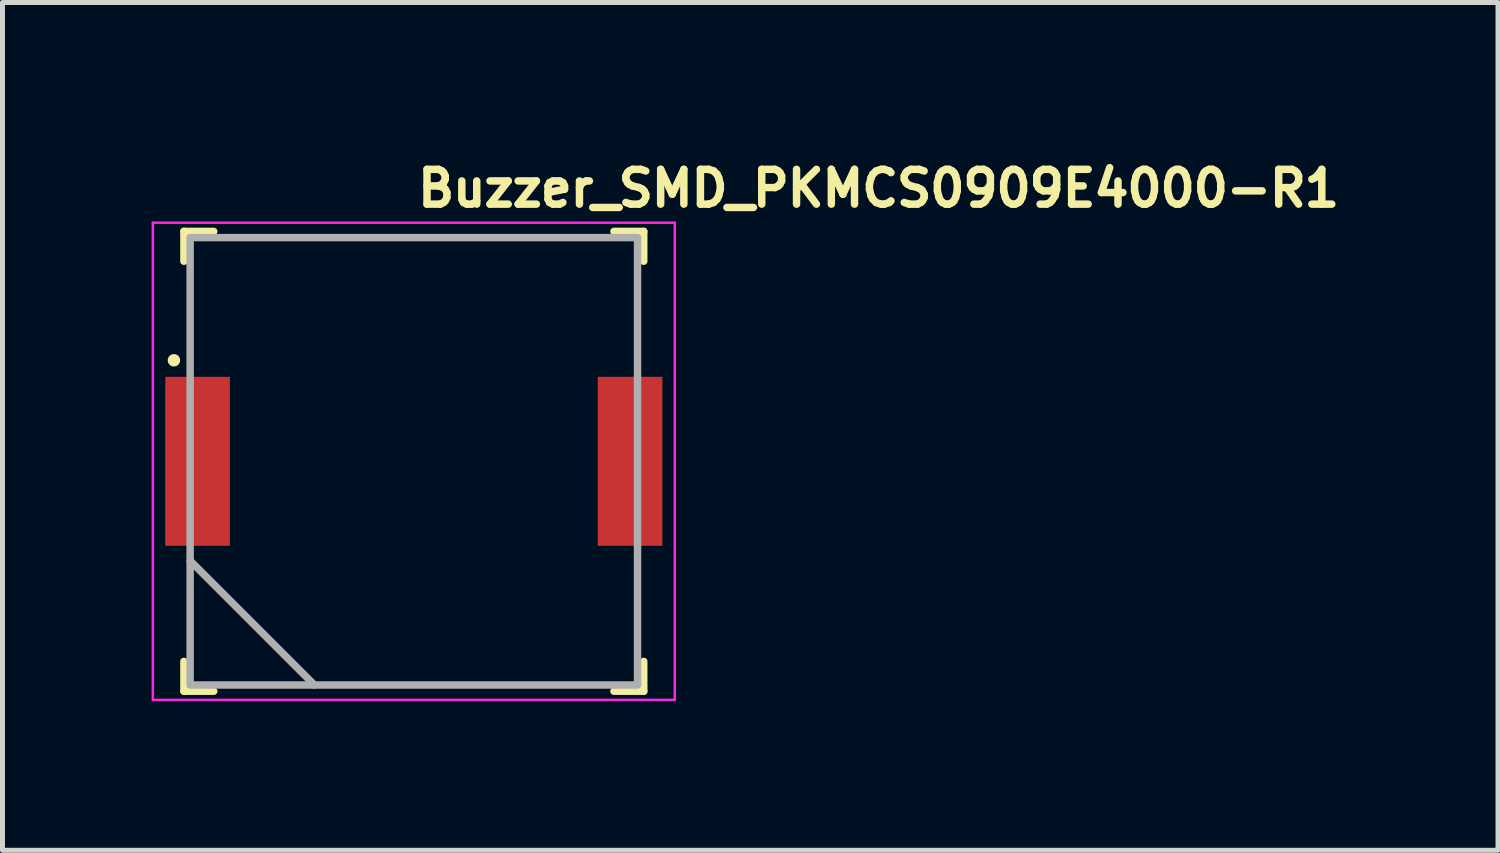
<source format=kicad_pcb>
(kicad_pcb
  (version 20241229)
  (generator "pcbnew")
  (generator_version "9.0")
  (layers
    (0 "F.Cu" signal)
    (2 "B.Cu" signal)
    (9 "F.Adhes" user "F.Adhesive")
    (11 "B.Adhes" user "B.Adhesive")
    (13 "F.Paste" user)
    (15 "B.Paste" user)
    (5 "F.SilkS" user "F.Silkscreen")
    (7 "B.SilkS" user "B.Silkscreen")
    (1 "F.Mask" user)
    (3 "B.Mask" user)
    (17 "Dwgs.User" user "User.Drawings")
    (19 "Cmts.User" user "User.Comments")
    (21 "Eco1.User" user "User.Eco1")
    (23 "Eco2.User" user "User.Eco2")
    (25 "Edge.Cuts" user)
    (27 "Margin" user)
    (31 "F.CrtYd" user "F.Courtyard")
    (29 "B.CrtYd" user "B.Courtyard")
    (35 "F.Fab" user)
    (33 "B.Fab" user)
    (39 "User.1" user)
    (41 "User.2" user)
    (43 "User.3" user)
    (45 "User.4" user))
  (footprint "Buzzer_SMD_PKMCS0909E4000-R1"
    (layer "F.Cu")
    (at 5.275 6.23)
    (property "Reference" "Buzzer_SMD_PKMCS0909E4000-R1" (at 0 -5.08 0) (layer "F.SilkS") (effects (font (size 0.7 0.7) (thickness 0.15)) (justify left bottom)))
    (attr smd)
    (fp_line (start -4.625 -4.625) (end -4.625 -4.025) (stroke (width 0.15) (type solid)) (layer "F.SilkS"))
    (fp_line (start -4.625 4.025) (end -4.625 4.625) (stroke (width 0.15) (type solid)) (layer "F.SilkS"))
    (fp_line (start -4.625 4.625) (end -4.025 4.625) (stroke (width 0.15) (type solid)) (layer "F.SilkS"))
    (fp_line (start -4.025 -4.625) (end -4.625 -4.625) (stroke (width 0.15) (type solid)) (layer "F.SilkS"))
    (fp_line (start 4.025 -4.625) (end 4.625 -4.625) (stroke (width 0.15) (type solid)) (layer "F.SilkS"))
    (fp_line (start 4.625 -4.625) (end 4.625 -4.025) (stroke (width 0.15) (type solid)) (layer "F.SilkS"))
    (fp_line (start 4.625 4.025) (end 4.625 4.625) (stroke (width 0.15) (type solid)) (layer "F.SilkS"))
    (fp_line (start 4.625 4.625) (end 4.025 4.625) (stroke (width 0.15) (type solid)) (layer "F.SilkS"))
    (fp_circle (center -4.826 -2.032) (end -4.776 -2.032) (stroke (width 0.15) (type solid)) (fill yes) (layer "F.SilkS"))
    (fp_line (start -5.25 -4.8) (end -5.25 4.8) (stroke (width 0.05) (type solid)) (layer "F.CrtYd"))
    (fp_line (start -5.25 -4.8) (end 5.25 -4.8) (stroke (width 0.05) (type solid)) (layer "F.CrtYd"))
    (fp_line (start 5.25 -4.8) (end 5.25 4.8) (stroke (width 0.05) (type solid)) (layer "F.CrtYd"))
    (fp_line (start 5.25 4.8) (end -5.25 4.8) (stroke (width 0.05) (type solid)) (layer "F.CrtYd"))
    (fp_line (start -2 4.5) (end -4.5 2) (stroke (width 0.15) (type solid)) (layer "F.Fab"))
    (fp_rect (start -4.5 -4.5) (end 4.5 4.5) (stroke (width 0.15) (type solid)) (fill no) (layer "F.Fab"))
    (fp_rect (start -4.5 -4.5) (end 4.5 4.5) (stroke (width 0.1) (type solid)) (fill no) (layer "User.5"))
    (fp_line (start -4.5 -4.5) (end -4.5 4.5) (stroke (width 0.02) (type solid)) (layer "User.9"))
    (fp_line (start -4.5 4.5) (end 4.5 4.5) (stroke (width 0.02) (type solid)) (layer "User.9"))
    (fp_line (start 3.25 -3.516) (end 3.25 -3.5) (stroke (width 0.02) (type solid)) (layer "User.9"))
    (fp_line (start 3.25 -3.5) (end 3.25 -3.483) (stroke (width 0.02) (type solid)) (layer "User.9"))
    (fp_line (start 3.25 -3.483) (end 3.252 -3.467) (stroke (width 0.02) (type solid)) (layer "User.9"))
    (fp_line (start 3.252 -3.532) (end 3.25 -3.516) (stroke (width 0.02) (type solid)) (layer "User.9"))
    (fp_line (start 3.252 -3.467) (end 3.254 -3.451) (stroke (width 0.02) (type solid)) (layer "User.9"))
    (fp_line (start 3.254 -3.548) (end 3.252 -3.532) (stroke (width 0.02) (type solid)) (layer "User.9"))
    (fp_line (start 3.254 -3.451) (end 3.258 -3.435) (stroke (width 0.02) (type solid)) (layer "User.9"))
    (fp_line (start 3.258 -3.564) (end 3.254 -3.548) (stroke (width 0.02) (type solid)) (layer "User.9"))
    (fp_line (start 3.258 -3.435) (end 3.263 -3.42) (stroke (width 0.02) (type solid)) (layer "User.9"))
    (fp_line (start 3.263 -3.579) (end 3.258 -3.564) (stroke (width 0.02) (type solid)) (layer "User.9"))
    (fp_line (start 3.263 -3.42) (end 3.268 -3.404) (stroke (width 0.02) (type solid)) (layer "User.9"))
    (fp_line (start 3.268 -3.595) (end 3.263 -3.579) (stroke (width 0.02) (type solid)) (layer "User.9"))
    (fp_line (start 3.268 -3.404) (end 3.275 -3.389) (stroke (width 0.02) (type solid)) (layer "User.9"))
    (fp_line (start 3.275 -3.61) (end 3.268 -3.595) (stroke (width 0.02) (type solid)) (layer "User.9"))
    (fp_line (start 3.275 -3.389) (end 3.283 -3.375) (stroke (width 0.02) (type solid)) (layer "User.9"))
    (fp_line (start 3.283 -3.625) (end 3.275 -3.61) (stroke (width 0.02) (type solid)) (layer "User.9"))
    (fp_line (start 3.283 -3.625) (end 3.283 -3.625) (stroke (width 0.02) (type solid)) (layer "User.9"))
    (fp_line (start 3.283 -3.375) (end 3.283 -3.375) (stroke (width 0.02) (type solid)) (layer "User.9"))
    (fp_line (start 3.283 -3.375) (end 3.287 -3.367) (stroke (width 0.02) (type solid)) (layer "User.9"))
    (fp_line (start 3.287 -3.367) (end 3.292 -3.36) (stroke (width 0.02) (type solid)) (layer "User.9"))
    (fp_line (start 3.292 -3.639) (end 3.283 -3.625) (stroke (width 0.02) (type solid)) (layer "User.9"))
    (fp_line (start 3.292 -3.36) (end 3.297 -3.354) (stroke (width 0.02) (type solid)) (layer "User.9"))
    (fp_line (start 3.297 -3.354) (end 3.301 -3.347) (stroke (width 0.02) (type solid)) (layer "User.9"))
    (fp_line (start 3.301 -3.652) (end 3.292 -3.639) (stroke (width 0.02) (type solid)) (layer "User.9"))
    (fp_line (start 3.301 -3.347) (end 3.307 -3.34) (stroke (width 0.02) (type solid)) (layer "User.9"))
    (fp_line (start 3.307 -3.34) (end 3.312 -3.334) (stroke (width 0.02) (type solid)) (layer "User.9"))
    (fp_line (start 3.312 -3.665) (end 3.301 -3.652) (stroke (width 0.02) (type solid)) (layer "User.9"))
    (fp_line (start 3.312 -3.334) (end 3.317 -3.328) (stroke (width 0.02) (type solid)) (layer "User.9"))
    (fp_line (start 3.317 -3.328) (end 3.323 -3.322) (stroke (width 0.02) (type solid)) (layer "User.9"))
    (fp_line (start 3.323 -3.677) (end 3.312 -3.665) (stroke (width 0.02) (type solid)) (layer "User.9"))
    (fp_line (start 3.323 -3.322) (end 3.329 -3.317) (stroke (width 0.02) (type solid)) (layer "User.9"))
    (fp_line (start 3.329 -3.317) (end 3.335 -3.311) (stroke (width 0.02) (type solid)) (layer "User.9"))
    (fp_line (start 3.335 -3.688) (end 3.323 -3.677) (stroke (width 0.02) (type solid)) (layer "User.9"))
    (fp_line (start 3.335 -3.311) (end 3.341 -3.306) (stroke (width 0.02) (type solid)) (layer "User.9"))
    (fp_line (start 3.341 -3.306) (end 3.348 -3.301) (stroke (width 0.02) (type solid)) (layer "User.9"))
    (fp_line (start 3.348 -3.698) (end 3.335 -3.688) (stroke (width 0.02) (type solid)) (layer "User.9"))
    (fp_line (start 3.348 -3.301) (end 3.354 -3.296) (stroke (width 0.02) (type solid)) (layer "User.9"))
    (fp_line (start 3.354 -3.296) (end 3.361 -3.292) (stroke (width 0.02) (type solid)) (layer "User.9"))
    (fp_line (start 3.361 -3.707) (end 3.348 -3.698) (stroke (width 0.02) (type solid)) (layer "User.9"))
    (fp_line (start 3.361 -3.292) (end 3.368 -3.287) (stroke (width 0.02) (type solid)) (layer "User.9"))
    (fp_line (start 3.368 -3.287) (end 3.375 -3.283) (stroke (width 0.02) (type solid)) (layer "User.9"))
    (fp_line (start 3.375 -3.716) (end 3.361 -3.707) (stroke (width 0.02) (type solid)) (layer "User.9"))
    (fp_line (start 3.375 -3.283) (end 3.382 -3.279) (stroke (width 0.02) (type solid)) (layer "User.9"))
    (fp_line (start 3.382 -3.279) (end 3.389 -3.275) (stroke (width 0.02) (type solid)) (layer "User.9"))
    (fp_line (start 3.389 -3.724) (end 3.375 -3.716) (stroke (width 0.02) (type solid)) (layer "User.9"))
    (fp_line (start 3.389 -3.275) (end 3.396 -3.272) (stroke (width 0.02) (type solid)) (layer "User.9"))
    (fp_line (start 3.396 -3.272) (end 3.404 -3.269) (stroke (width 0.02) (type solid)) (layer "User.9"))
    (fp_line (start 3.404 -3.73) (end 3.389 -3.724) (stroke (width 0.02) (type solid)) (layer "User.9"))
    (fp_line (start 3.404 -3.269) (end 3.411 -3.266) (stroke (width 0.02) (type solid)) (layer "User.9"))
    (fp_line (start 3.411 -3.266) (end 3.419 -3.263) (stroke (width 0.02) (type solid)) (layer "User.9"))
    (fp_line (start 3.419 -3.736) (end 3.404 -3.73) (stroke (width 0.02) (type solid)) (layer "User.9"))
    (fp_line (start 3.419 -3.263) (end 3.426 -3.26) (stroke (width 0.02) (type solid)) (layer "User.9"))
    (fp_line (start 3.426 -3.26) (end 3.434 -3.258) (stroke (width 0.02) (type solid)) (layer "User.9"))
    (fp_line (start 3.434 -3.741) (end 3.419 -3.736) (stroke (width 0.02) (type solid)) (layer "User.9"))
    (fp_line (start 3.434 -3.258) (end 3.442 -3.256) (stroke (width 0.02) (type solid)) (layer "User.9"))
    (fp_line (start 3.442 -3.256) (end 3.45 -3.254) (stroke (width 0.02) (type solid)) (layer "User.9"))
    (fp_line (start 3.45 -3.745) (end 3.434 -3.741) (stroke (width 0.02) (type solid)) (layer "User.9"))
    (fp_line (start 3.45 -3.254) (end 3.458 -3.253) (stroke (width 0.02) (type solid)) (layer "User.9"))
    (fp_line (start 3.458 -3.253) (end 3.466 -3.252) (stroke (width 0.02) (type solid)) (layer "User.9"))
    (fp_line (start 3.466 -3.747) (end 3.45 -3.745) (stroke (width 0.02) (type solid)) (layer "User.9"))
    (fp_line (start 3.466 -3.252) (end 3.475 -3.251) (stroke (width 0.02) (type solid)) (layer "User.9"))
    (fp_line (start 3.475 -3.251) (end 3.483 -3.25) (stroke (width 0.02) (type solid)) (layer "User.9"))
    (fp_line (start 3.483 -3.749) (end 3.466 -3.747) (stroke (width 0.02) (type solid)) (layer "User.9"))
    (fp_line (start 3.483 -3.25) (end 3.491 -3.25) (stroke (width 0.02) (type solid)) (layer "User.9"))
    (fp_line (start 3.491 -3.25) (end 3.5 -3.25) (stroke (width 0.02) (type solid)) (layer "User.9"))
    (fp_line (start 3.5 -3.75) (end 3.483 -3.749) (stroke (width 0.02) (type solid)) (layer "User.9"))
    (fp_line (start 3.5 -3.25) (end 3.516 -3.25) (stroke (width 0.02) (type solid)) (layer "User.9"))
    (fp_line (start 3.508 -3.749) (end 3.5 -3.75) (stroke (width 0.02) (type solid)) (layer "User.9"))
    (fp_line (start 3.516 -3.749) (end 3.508 -3.749) (stroke (width 0.02) (type solid)) (layer "User.9"))
    (fp_line (start 3.516 -3.25) (end 3.533 -3.252) (stroke (width 0.02) (type solid)) (layer "User.9"))
    (fp_line (start 3.524 -3.748) (end 3.516 -3.749) (stroke (width 0.02) (type solid)) (layer "User.9"))
    (fp_line (start 3.533 -3.747) (end 3.524 -3.748) (stroke (width 0.02) (type solid)) (layer "User.9"))
    (fp_line (start 3.533 -3.252) (end 3.549 -3.254) (stroke (width 0.02) (type solid)) (layer "User.9"))
    (fp_line (start 3.541 -3.746) (end 3.533 -3.747) (stroke (width 0.02) (type solid)) (layer "User.9"))
    (fp_line (start 3.549 -3.745) (end 3.541 -3.746) (stroke (width 0.02) (type solid)) (layer "User.9"))
    (fp_line (start 3.549 -3.254) (end 3.565 -3.258) (stroke (width 0.02) (type solid)) (layer "User.9"))
    (fp_line (start 3.557 -3.743) (end 3.549 -3.745) (stroke (width 0.02) (type solid)) (layer "User.9"))
    (fp_line (start 3.565 -3.741) (end 3.557 -3.743) (stroke (width 0.02) (type solid)) (layer "User.9"))
    (fp_line (start 3.565 -3.258) (end 3.58 -3.263) (stroke (width 0.02) (type solid)) (layer "User.9"))
    (fp_line (start 3.573 -3.739) (end 3.565 -3.741) (stroke (width 0.02) (type solid)) (layer "User.9"))
    (fp_line (start 3.58 -3.736) (end 3.573 -3.739) (stroke (width 0.02) (type solid)) (layer "User.9"))
    (fp_line (start 3.58 -3.263) (end 3.595 -3.269) (stroke (width 0.02) (type solid)) (layer "User.9"))
    (fp_line (start 3.588 -3.733) (end 3.58 -3.736) (stroke (width 0.02) (type solid)) (layer "User.9"))
    (fp_line (start 3.595 -3.73) (end 3.588 -3.733) (stroke (width 0.02) (type solid)) (layer "User.9"))
    (fp_line (start 3.595 -3.269) (end 3.61 -3.275) (stroke (width 0.02) (type solid)) (layer "User.9"))
    (fp_line (start 3.603 -3.727) (end 3.595 -3.73) (stroke (width 0.02) (type solid)) (layer "User.9"))
    (fp_line (start 3.61 -3.724) (end 3.603 -3.727) (stroke (width 0.02) (type solid)) (layer "User.9"))
    (fp_line (start 3.61 -3.275) (end 3.625 -3.283) (stroke (width 0.02) (type solid)) (layer "User.9"))
    (fp_line (start 3.617 -3.72) (end 3.61 -3.724) (stroke (width 0.02) (type solid)) (layer "User.9"))
    (fp_line (start 3.625 -3.716) (end 3.617 -3.72) (stroke (width 0.02) (type solid)) (layer "User.9"))
    (fp_line (start 3.625 -3.283) (end 3.638 -3.292) (stroke (width 0.02) (type solid)) (layer "User.9"))
    (fp_line (start 3.631 -3.712) (end 3.625 -3.716) (stroke (width 0.02) (type solid)) (layer "User.9"))
    (fp_line (start 3.638 -3.707) (end 3.631 -3.712) (stroke (width 0.02) (type solid)) (layer "User.9"))
    (fp_line (start 3.638 -3.292) (end 3.651 -3.301) (stroke (width 0.02) (type solid)) (layer "User.9"))
    (fp_line (start 3.645 -3.703) (end 3.638 -3.707) (stroke (width 0.02) (type solid)) (layer "User.9"))
    (fp_line (start 3.651 -3.698) (end 3.645 -3.703) (stroke (width 0.02) (type solid)) (layer "User.9"))
    (fp_line (start 3.651 -3.301) (end 3.664 -3.311) (stroke (width 0.02) (type solid)) (layer "User.9"))
    (fp_line (start 3.658 -3.693) (end 3.651 -3.698) (stroke (width 0.02) (type solid)) (layer "User.9"))
    (fp_line (start 3.664 -3.688) (end 3.658 -3.693) (stroke (width 0.02) (type solid)) (layer "User.9"))
    (fp_line (start 3.664 -3.311) (end 3.676 -3.322) (stroke (width 0.02) (type solid)) (layer "User.9"))
    (fp_line (start 3.67 -3.682) (end 3.664 -3.688) (stroke (width 0.02) (type solid)) (layer "User.9"))
    (fp_line (start 3.676 -3.677) (end 3.67 -3.682) (stroke (width 0.02) (type solid)) (layer "User.9"))
    (fp_line (start 3.676 -3.322) (end 3.687 -3.334) (stroke (width 0.02) (type solid)) (layer "User.9"))
    (fp_line (start 3.682 -3.671) (end 3.676 -3.677) (stroke (width 0.02) (type solid)) (layer "User.9"))
    (fp_line (start 3.687 -3.665) (end 3.682 -3.671) (stroke (width 0.02) (type solid)) (layer "User.9"))
    (fp_line (start 3.687 -3.334) (end 3.698 -3.347) (stroke (width 0.02) (type solid)) (layer "User.9"))
    (fp_line (start 3.692 -3.659) (end 3.687 -3.665) (stroke (width 0.02) (type solid)) (layer "User.9"))
    (fp_line (start 3.698 -3.652) (end 3.692 -3.659) (stroke (width 0.02) (type solid)) (layer "User.9"))
    (fp_line (start 3.698 -3.347) (end 3.707 -3.36) (stroke (width 0.02) (type solid)) (layer "User.9"))
    (fp_line (start 3.702 -3.645) (end 3.698 -3.652) (stroke (width 0.02) (type solid)) (layer "User.9"))
    (fp_line (start 3.707 -3.639) (end 3.702 -3.645) (stroke (width 0.02) (type solid)) (layer "User.9"))
    (fp_line (start 3.707 -3.36) (end 3.716 -3.375) (stroke (width 0.02) (type solid)) (layer "User.9"))
    (fp_line (start 3.712 -3.632) (end 3.707 -3.639) (stroke (width 0.02) (type solid)) (layer "User.9"))
    (fp_line (start 3.716 -3.625) (end 3.712 -3.632) (stroke (width 0.02) (type solid)) (layer "User.9"))
    (fp_line (start 3.716 -3.625) (end 3.716 -3.625) (stroke (width 0.02) (type solid)) (layer "User.9"))
    (fp_line (start 3.716 -3.375) (end 3.716 -3.375) (stroke (width 0.02) (type solid)) (layer "User.9"))
    (fp_line (start 3.716 -3.375) (end 3.724 -3.389) (stroke (width 0.02) (type solid)) (layer "User.9"))
    (fp_line (start 3.724 -3.61) (end 3.716 -3.625) (stroke (width 0.02) (type solid)) (layer "User.9"))
    (fp_line (start 3.724 -3.389) (end 3.731 -3.404) (stroke (width 0.02) (type solid)) (layer "User.9"))
    (fp_line (start 3.731 -3.595) (end 3.724 -3.61) (stroke (width 0.02) (type solid)) (layer "User.9"))
    (fp_line (start 3.731 -3.404) (end 3.736 -3.42) (stroke (width 0.02) (type solid)) (layer "User.9"))
    (fp_line (start 3.736 -3.579) (end 3.731 -3.595) (stroke (width 0.02) (type solid)) (layer "User.9"))
    (fp_line (start 3.736 -3.42) (end 3.741 -3.435) (stroke (width 0.02) (type solid)) (layer "User.9"))
    (fp_line (start 3.741 -3.564) (end 3.736 -3.579) (stroke (width 0.02) (type solid)) (layer "User.9"))
    (fp_line (start 3.741 -3.435) (end 3.745 -3.451) (stroke (width 0.02) (type solid)) (layer "User.9"))
    (fp_line (start 3.745 -3.548) (end 3.741 -3.564) (stroke (width 0.02) (type solid)) (layer "User.9"))
    (fp_line (start 3.745 -3.451) (end 3.747 -3.467) (stroke (width 0.02) (type solid)) (layer "User.9"))
    (fp_line (start 3.747 -3.532) (end 3.745 -3.548) (stroke (width 0.02) (type solid)) (layer "User.9"))
    (fp_line (start 3.747 -3.467) (end 3.749 -3.483) (stroke (width 0.02) (type solid)) (layer "User.9"))
    (fp_line (start 3.749 -3.516) (end 3.747 -3.532) (stroke (width 0.02) (type solid)) (layer "User.9"))
    (fp_line (start 3.749 -3.483) (end 3.75 -3.5) (stroke (width 0.02) (type solid)) (layer "User.9"))
    (fp_line (start 3.75 -3.5) (end 3.749 -3.516) (stroke (width 0.02) (type solid)) (layer "User.9"))
    (fp_line (start 4.5 -4.5) (end -4.5 -4.5) (stroke (width 0.02) (type solid)) (layer "User.9"))
    (fp_line (start 4.5 4.5) (end 4.5 -4.5) (stroke (width 0.02) (type solid)) (layer "User.9"))
    (pad "1" smd rect (at -4.35 0) (size 1.3 3.4) (layers "F.Cu" "F.Mask" "F.Paste"))
    (pad "2" smd rect (at 4.35 0) (size 1.3 3.4) (layers "F.Cu" "F.Mask" "F.Paste")))
  (gr_rect
    (start -3 -3)
    (end 27.085 14.055)
    (stroke (width 0.1) (type default))
    (fill no)
    (layer "Edge.Cuts")))
</source>
